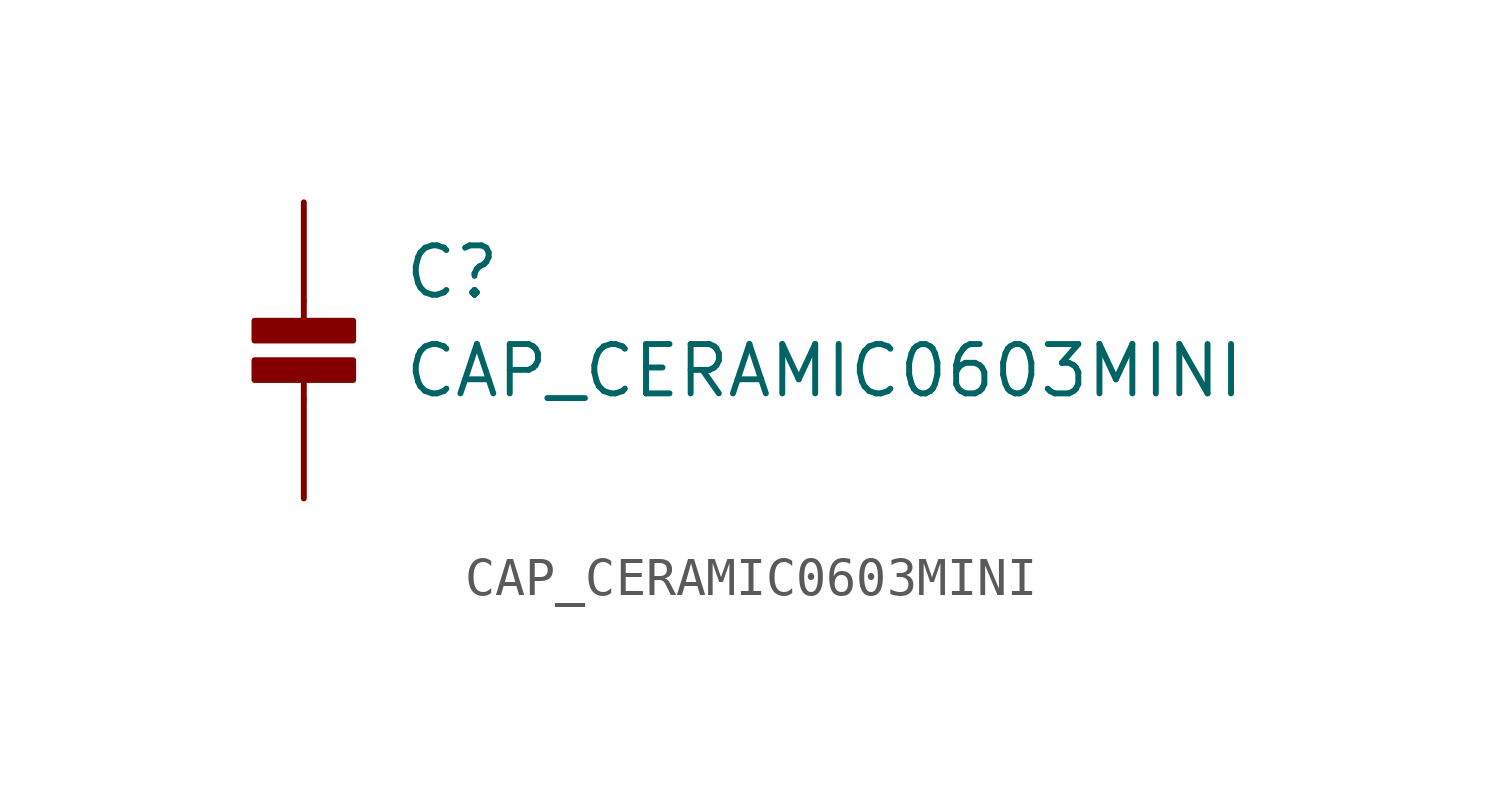
<source format=kicad_sym>
(kicad_symbol_lib
  (version 20220331)
  (generator kicad_symbol_editor)
  (symbol "CAP_CERAMIC0603MINI"
    (property "Reference" "C"
      (at 2.54 2.54 0)
      (effects (font (size 1.27 1.27)) (justify left bottom)))
    (property "Value" "CAP_CERAMIC0603MINI"
      (at 2.54 0 0)
      (effects (font (size 1.27 1.27)) (justify left bottom)))
    (property "ki_locked" ""
      (at 0 0 0)
      (effects (font (size 1.27 1.27))))
    (symbol "CAP_CERAMIC0603MINI_1_0"
      (rectangle (start -1.27 0.508) (end 1.27 1.016) (stroke (width 0) (type default)) (fill (type outline)))
      (rectangle (start -1.27 1.524) (end 1.27 2.032) (stroke (width 0) (type default)) (fill (type outline)))
      (polyline (pts (xy 0 0.762) (xy 0 0)) (stroke (width 0.152) (type solid)) (fill (type none)))
      (polyline (pts (xy 0 2.54) (xy 0 1.778)) (stroke (width 0.152) (type solid)) (fill (type none)))
      (pin passive line (at 0 5.08 270) (length 2.54) (name "P$1" (effects (font (size 0 0)))) (number "1" (effects (font (size 0 0)))))
      (pin passive line (at 0 -2.54 90) (length 2.54) (name "P$2" (effects (font (size 0 0)))) (number "2" (effects (font (size 0 0))))))))
</source>
